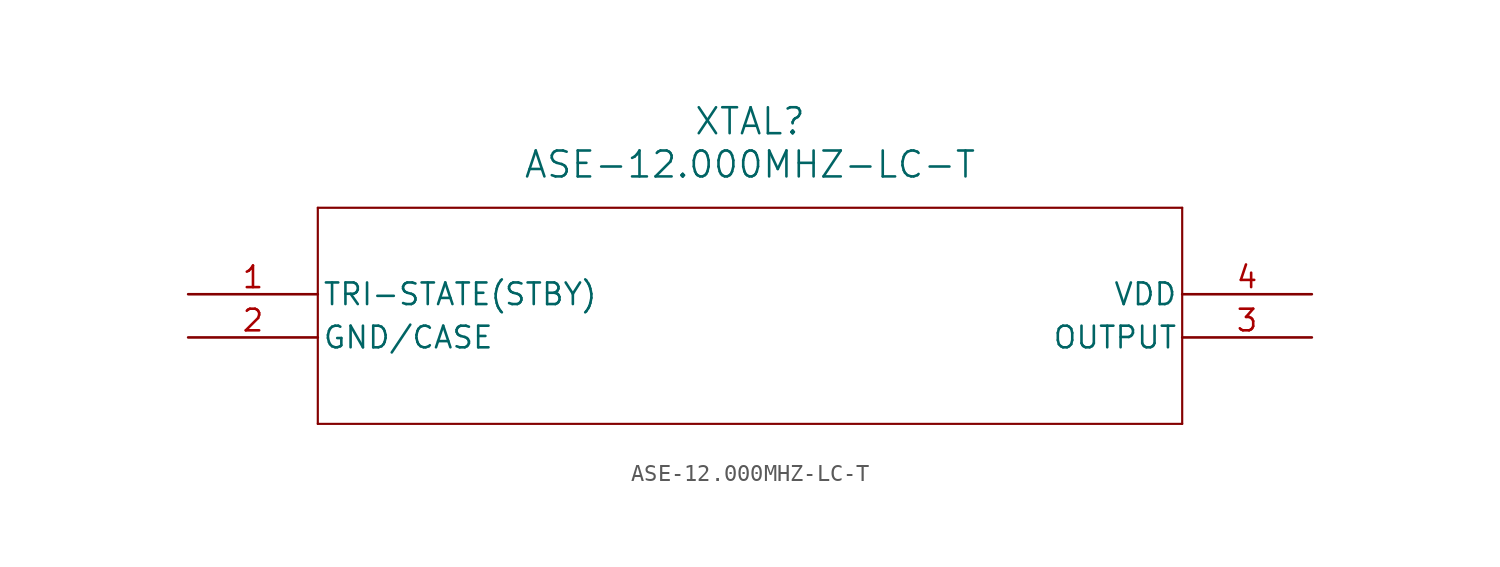
<source format=kicad_sym>
(kicad_symbol_lib
  (version 20241209)
  (generator "kicad_symbol_editor")
  (generator_version "9.0")
  (symbol "ASE-12.000MHZ-LC-T"
    (pin_names
      (offset 0.254))
    (property "Reference" "XTAL"
      (at 33.02 10.16 0)
      (effects (font (size 1.524 1.524))))
    (property "Value" "ASE-12.000MHZ-LC-T"
      (at 33.02 7.62 0)
      (effects (font (size 1.524 1.524))))
    (symbol "ASE-12.000MHZ-LC-T_0_1"
      (polyline (pts (xy 7.62 5.08) (xy 7.62 -7.62)) (stroke (width 0.127) (type default)) (fill (type none)))
      (polyline (pts (xy 7.62 -7.62) (xy 58.42 -7.62)) (stroke (width 0.127) (type default)) (fill (type none)))
      (polyline (pts (xy 58.42 5.08) (xy 7.62 5.08)) (stroke (width 0.127) (type default)) (fill (type none)))
      (polyline (pts (xy 58.42 -7.62) (xy 58.42 5.08)) (stroke (width 0.127) (type default)) (fill (type none)))
      (pin passive line (at 0 0 0) (length 7.62) (name "TRI-STATE(STBY)" (effects (font (size 1.27 1.27)))) (number "1" (effects (font (size 1.27 1.27)))))
      (pin passive line (at 0 -2.54 0) (length 7.62) (name "GND/CASE" (effects (font (size 1.27 1.27)))) (number "2" (effects (font (size 1.27 1.27)))))
      (pin power_in line (at 66.04 0 180) (length 7.62) (name "VDD" (effects (font (size 1.27 1.27)))) (number "4" (effects (font (size 1.27 1.27)))))
      (pin output line (at 66.04 -2.54 180) (length 7.62) (name "OUTPUT" (effects (font (size 1.27 1.27)))) (number "3" (effects (font (size 1.27 1.27))))))))
</source>
